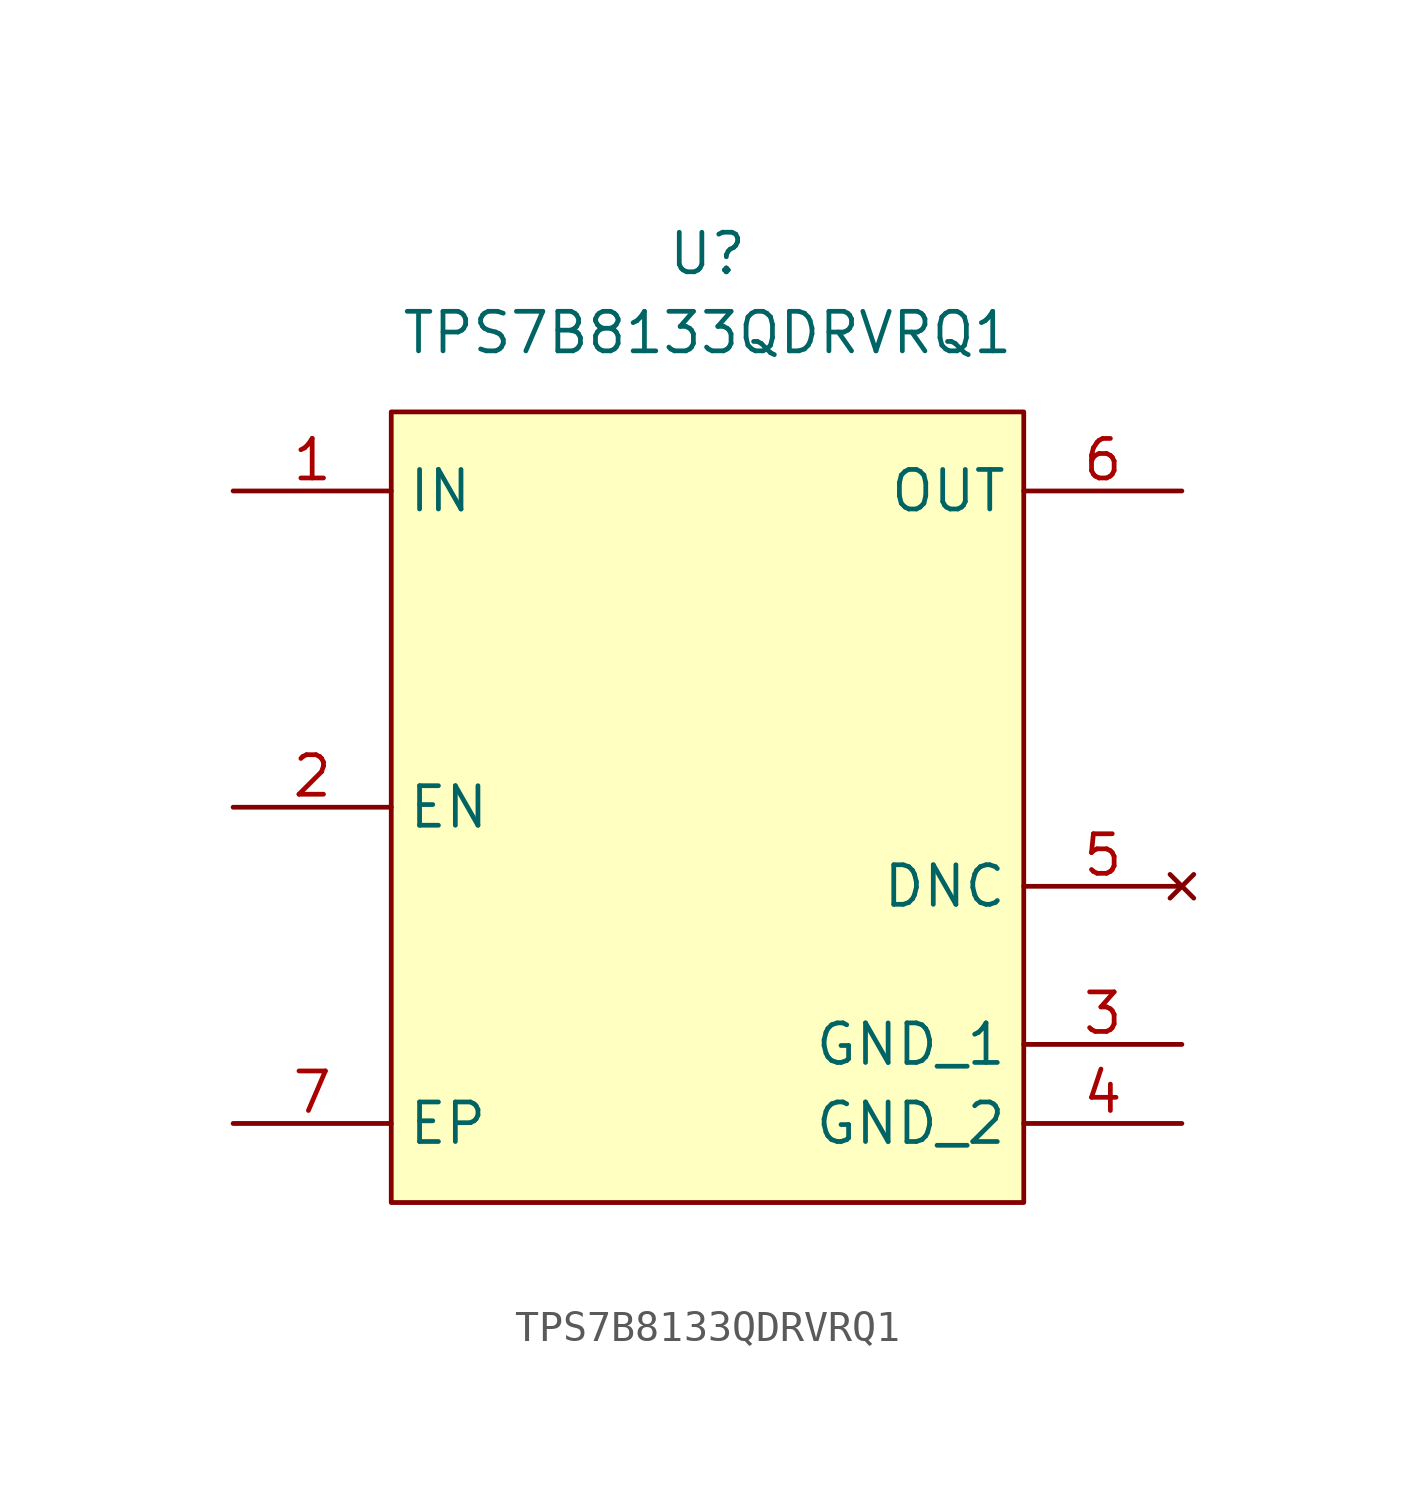
<source format=kicad_sym>
(kicad_symbol_lib
  (version 20241209)
  (generator "kicad_symbol_editor")
  (generator_version "9.0")
  (symbol "TPS7B8133QDRVRQ1"
    (property "Reference" "U"
      (at 0 5.08 0)
      (effects (font (size 1.27 1.27))))
    (property "Value" "TPS7B8133QDRVRQ1"
      (at 0 2.54 0)
      (effects (font (size 1.27 1.27))))
    (symbol "TPS7B8133QDRVRQ1_1_1"
      (rectangle (start -10.16 0) (end 10.16 -25.4) (stroke (width 0) (type solid)) (fill (type background)))
      (pin power_in line (at -15.24 -2.54 0) (length 5.08) (name "IN" (effects (font (size 1.27 1.27)))) (number "1" (effects (font (size 1.27 1.27)))))
      (pin input line (at -15.24 -12.7 0) (length 5.08) (name "EN" (effects (font (size 1.27 1.27)))) (number "2" (effects (font (size 1.27 1.27)))))
      (pin passive line (at -15.24 -22.86 0) (length 5.08) (name "EP" (effects (font (size 1.27 1.27)))) (number "7" (effects (font (size 1.27 1.27)))))
      (pin power_out line (at 15.24 -2.54 180) (length 5.08) (name "OUT" (effects (font (size 1.27 1.27)))) (number "6" (effects (font (size 1.27 1.27)))))
      (pin no_connect line (at 15.24 -15.24 180) (length 5.08) (name "DNC" (effects (font (size 1.27 1.27)))) (number "5" (effects (font (size 1.27 1.27)))))
      (pin passive line (at 15.24 -20.32 180) (length 5.08) (name "GND_1" (effects (font (size 1.27 1.27)))) (number "3" (effects (font (size 1.27 1.27)))))
      (pin passive line (at 15.24 -22.86 180) (length 5.08) (name "GND_2" (effects (font (size 1.27 1.27)))) (number "4" (effects (font (size 1.27 1.27))))))))
</source>
